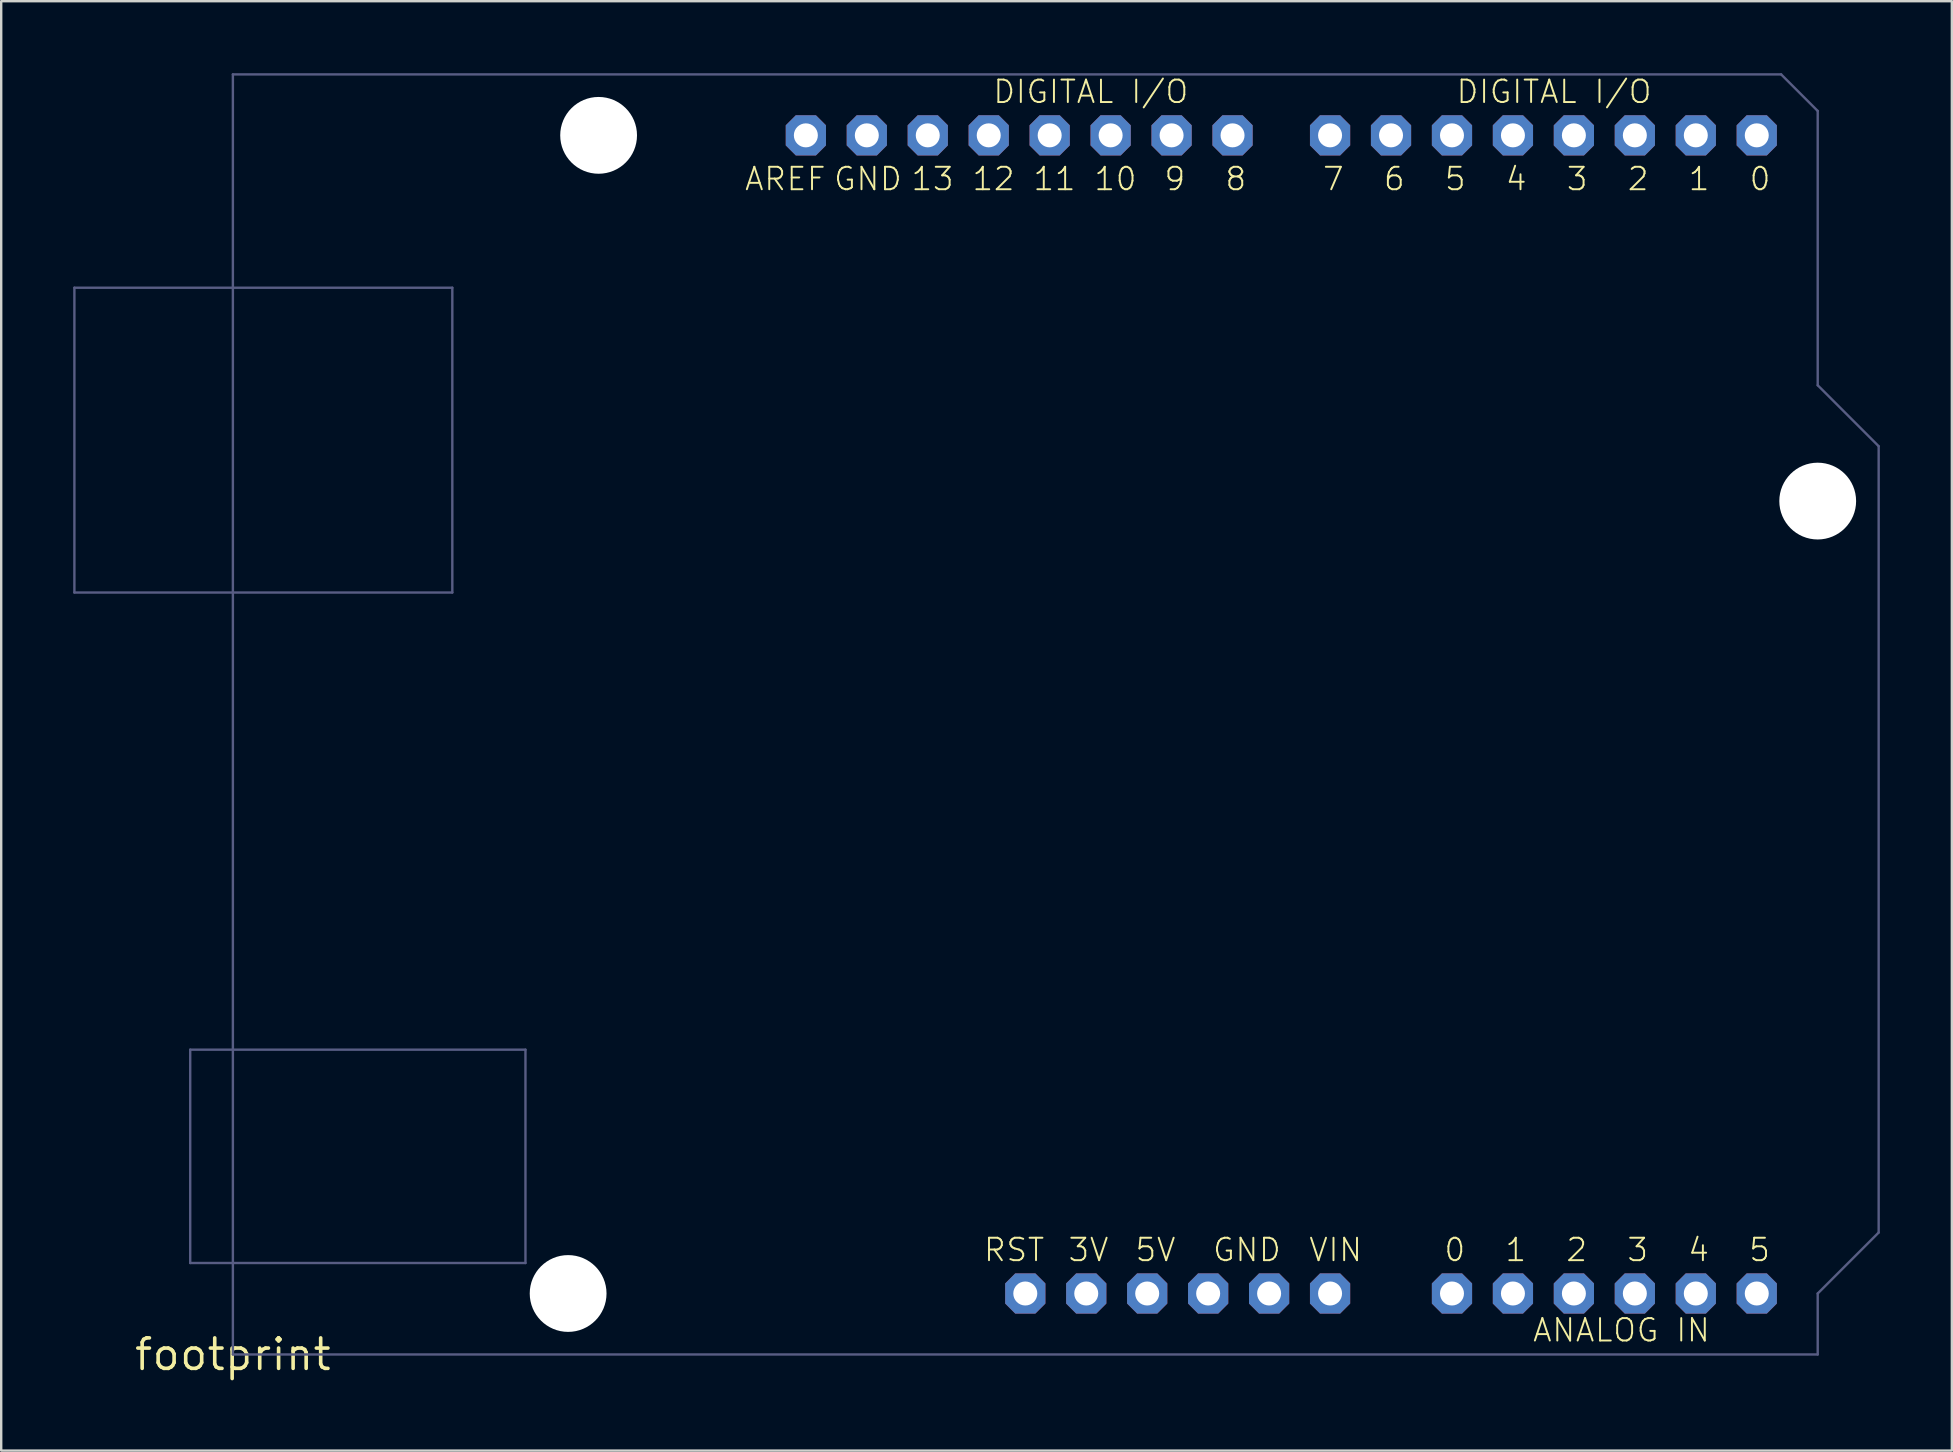
<source format=kicad_pcb>
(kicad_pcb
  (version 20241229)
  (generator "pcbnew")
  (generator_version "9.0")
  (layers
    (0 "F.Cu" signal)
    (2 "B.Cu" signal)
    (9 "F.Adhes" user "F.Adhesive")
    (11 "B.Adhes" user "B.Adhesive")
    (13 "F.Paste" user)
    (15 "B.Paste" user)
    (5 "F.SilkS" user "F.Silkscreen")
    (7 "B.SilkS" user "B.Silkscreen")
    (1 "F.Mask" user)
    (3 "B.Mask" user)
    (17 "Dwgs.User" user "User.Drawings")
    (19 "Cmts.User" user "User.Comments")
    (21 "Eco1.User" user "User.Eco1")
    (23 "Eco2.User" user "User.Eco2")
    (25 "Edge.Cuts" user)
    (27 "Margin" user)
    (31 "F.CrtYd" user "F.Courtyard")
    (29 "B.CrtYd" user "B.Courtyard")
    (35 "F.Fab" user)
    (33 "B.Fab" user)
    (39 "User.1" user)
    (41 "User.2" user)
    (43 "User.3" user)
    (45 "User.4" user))
  (footprint "footprint"
    (layer "F.Cu")
    (at 6.654 53.39)
    (property "Reference" "footprint" (at 0 0 0) (layer "F.SilkS") (effects (font (size 1.27 1.27) (thickness 0.15))))
    (fp_line (start -6.604 -44.45) (end -6.604 -31.75) (stroke (width 0.1) (type solid)) (layer "B.Fab"))
    (fp_line (start -6.604 -31.75) (end 9.144 -31.75) (stroke (width 0.1) (type solid)) (layer "B.Fab"))
    (fp_line (start -1.778 -12.7) (end -1.778 -3.81) (stroke (width 0.1) (type solid)) (layer "B.Fab"))
    (fp_line (start -1.778 -3.81) (end 12.192 -3.81) (stroke (width 0.1) (type solid)) (layer "B.Fab"))
    (fp_line (start 0 -53.34) (end 0 0) (stroke (width 0.1) (type solid)) (layer "B.Fab"))
    (fp_line (start 0 0) (end 66.04 0) (stroke (width 0.1) (type solid)) (layer "B.Fab"))
    (fp_line (start 9.144 -44.45) (end -6.604 -44.45) (stroke (width 0.1) (type solid)) (layer "B.Fab"))
    (fp_line (start 9.144 -31.75) (end 9.144 -44.45) (stroke (width 0.1) (type solid)) (layer "B.Fab"))
    (fp_line (start 12.192 -12.7) (end -1.778 -12.7) (stroke (width 0.1) (type solid)) (layer "B.Fab"))
    (fp_line (start 12.192 -3.81) (end 12.192 -12.7) (stroke (width 0.1) (type solid)) (layer "B.Fab"))
    (fp_line (start 64.516 -53.34) (end 0 -53.34) (stroke (width 0.1) (type solid)) (layer "B.Fab"))
    (fp_line (start 66.04 -51.816) (end 64.516 -53.34) (stroke (width 0.1) (type solid)) (layer "B.Fab"))
    (fp_line (start 66.04 -40.386) (end 66.04 -51.816) (stroke (width 0.1) (type solid)) (layer "B.Fab"))
    (fp_line (start 66.04 -2.54) (end 68.58 -5.08) (stroke (width 0.1) (type solid)) (layer "B.Fab"))
    (fp_line (start 66.04 0) (end 66.04 -2.54) (stroke (width 0.1) (type solid)) (layer "B.Fab"))
    (fp_line (start 68.58 -37.846) (end 66.04 -40.386) (stroke (width 0.1) (type solid)) (layer "B.Fab"))
    (fp_line (start 68.58 -5.08) (end 68.58 -37.846) (stroke (width 0.1) (type solid)) (layer "B.Fab"))
    (fp_text user "VIN" (at 44.785 -3.81 0) (layer "F.SilkS") (effects (font (size 0.935 0.935) (thickness 0.081)) (justify left bottom)))
    (fp_text user "12" (at 32.639 -49.53 0) (layer "F.SilkS") (effects (font (size 0.935 0.935) (thickness 0.081)) (justify right top)))
    (fp_text user "AREF" (at 24.765 -49.53 0) (layer "F.SilkS") (effects (font (size 0.935 0.935) (thickness 0.081)) (justify right top)))
    (fp_text user "ANALOG IN" (at 54.112 -0.462 0) (layer "F.SilkS") (effects (font (size 0.935 0.935) (thickness 0.081)) (justify left bottom)))
    (fp_text user "1" (at 52.959 -3.81 0) (layer "F.SilkS") (effects (font (size 0.935 0.935) (thickness 0.081)) (justify left bottom)))
    (fp_text user "DIGITAL I/O" (at 50.927 -52.07 0) (layer "F.SilkS") (effects (font (size 0.935 0.935) (thickness 0.081)) (justify left bottom)))
    (fp_text user "10" (at 37.719 -49.53 0) (layer "F.SilkS") (effects (font (size 0.935 0.935) (thickness 0.081)) (justify right top)))
    (fp_text user "3" (at 58.039 -3.81 0) (layer "F.SilkS") (effects (font (size 0.935 0.935) (thickness 0.081)) (justify left bottom)))
    (fp_text user "5" (at 51.435 -49.53 0) (layer "F.SilkS") (effects (font (size 0.935 0.935) (thickness 0.081)) (justify right top)))
    (fp_text user "1" (at 61.595 -49.53 0) (layer "F.SilkS") (effects (font (size 0.935 0.935) (thickness 0.081)) (justify right top)))
    (fp_text user "RST" (at 31.232 -3.81 0) (layer "F.SilkS") (effects (font (size 0.935 0.935) (thickness 0.081)) (justify left bottom)))
    (fp_text user "7" (at 46.355 -49.53 0) (layer "F.SilkS") (effects (font (size 0.935 0.935) (thickness 0.081)) (justify right top)))
    (fp_text user "GND" (at 40.777 -3.81 0) (layer "F.SilkS") (effects (font (size 0.935 0.935) (thickness 0.081)) (justify left bottom)))
    (fp_text user "5" (at 63.119 -3.81 0) (layer "F.SilkS") (effects (font (size 0.935 0.935) (thickness 0.081)) (justify left bottom)))
    (fp_text user "5V" (at 37.546 -3.81 0) (layer "F.SilkS") (effects (font (size 0.935 0.935) (thickness 0.081)) (justify left bottom)))
    (fp_text user "4" (at 53.975 -49.53 0) (layer "F.SilkS") (effects (font (size 0.935 0.935) (thickness 0.081)) (justify right top)))
    (fp_text user "11" (at 35.179 -49.53 0) (layer "F.SilkS") (effects (font (size 0.935 0.935) (thickness 0.081)) (justify right top)))
    (fp_text user "3" (at 56.515 -49.53 0) (layer "F.SilkS") (effects (font (size 0.935 0.935) (thickness 0.081)) (justify right top)))
    (fp_text user "13" (at 30.099 -49.53 0) (layer "F.SilkS") (effects (font (size 0.935 0.935) (thickness 0.081)) (justify right top)))
    (fp_text user "0" (at 50.419 -3.81 0) (layer "F.SilkS") (effects (font (size 0.935 0.935) (thickness 0.081)) (justify left bottom)))
    (fp_text user "3V" (at 34.752 -3.81 0) (layer "F.SilkS") (effects (font (size 0.935 0.935) (thickness 0.081)) (justify left bottom)))
    (fp_text user "0" (at 64.135 -49.53 0) (layer "F.SilkS") (effects (font (size 0.935 0.935) (thickness 0.081)) (justify right top)))
    (fp_text user "4" (at 60.579 -3.81 0) (layer "F.SilkS") (effects (font (size 0.935 0.935) (thickness 0.081)) (justify left bottom)))
    (fp_text user "GND" (at 27.94 -49.53 0) (layer "F.SilkS") (effects (font (size 0.935 0.935) (thickness 0.081)) (justify right top)))
    (fp_text user "2" (at 59.055 -49.53 0) (layer "F.SilkS") (effects (font (size 0.935 0.935) (thickness 0.081)) (justify right top)))
    (fp_text user "9" (at 39.751 -49.53 0) (layer "F.SilkS") (effects (font (size 0.935 0.935) (thickness 0.081)) (justify right top)))
    (fp_text user "DIGITAL I/O" (at 31.623 -52.07 0) (layer "F.SilkS") (effects (font (size 0.935 0.935) (thickness 0.081)) (justify left bottom)))
    (fp_text user "2" (at 55.499 -3.81 0) (layer "F.SilkS") (effects (font (size 0.935 0.935) (thickness 0.081)) (justify left bottom)))
    (fp_text user "8" (at 42.291 -49.53 0) (layer "F.SilkS") (effects (font (size 0.935 0.935) (thickness 0.081)) (justify right top)))
    (fp_text user "6" (at 48.895 -49.53 0) (layer "F.SilkS") (effects (font (size 0.935 0.935) (thickness 0.081)) (justify right top)))
    (pad "" np_thru_hole circle (at 13.97 -2.54) (size 3.2 3.2) (drill 3.2) (layers "*.Cu" "*.Mask"))
    (pad "" np_thru_hole circle (at 15.24 -50.8) (size 3.2 3.2) (drill 3.2) (layers "*.Cu" "*.Mask"))
    (pad "" np_thru_hole circle (at 66.04 -35.56) (size 3.2 3.2) (drill 3.2) (layers "*.Cu" "*.Mask"))
    (pad "3V" thru_hole roundrect (at 35.56 -2.54) (size 1.676 1.676) (drill 1) (layers "*.Cu" "*.Mask") (roundrect_rratio 0.25) (chamfer_ratio 0.25) (chamfer top_left top_right bottom_left bottom_right))
    (pad "5V" thru_hole roundrect (at 38.1 -2.54) (size 1.676 1.676) (drill 1) (layers "*.Cu" "*.Mask") (roundrect_rratio 0.25) (chamfer_ratio 0.25) (chamfer top_left top_right bottom_left bottom_right))
    (pad "A0" thru_hole roundrect (at 50.8 -2.54) (size 1.676 1.676) (drill 1) (layers "*.Cu" "*.Mask") (roundrect_rratio 0.25) (chamfer_ratio 0.25) (chamfer top_left top_right bottom_left bottom_right))
    (pad "A1" thru_hole roundrect (at 53.34 -2.54) (size 1.676 1.676) (drill 1) (layers "*.Cu" "*.Mask") (roundrect_rratio 0.25) (chamfer_ratio 0.25) (chamfer top_left top_right bottom_left bottom_right))
    (pad "A2" thru_hole roundrect (at 55.88 -2.54) (size 1.676 1.676) (drill 1) (layers "*.Cu" "*.Mask") (roundrect_rratio 0.25) (chamfer_ratio 0.25) (chamfer top_left top_right bottom_left bottom_right))
    (pad "A3" thru_hole roundrect (at 58.42 -2.54) (size 1.676 1.676) (drill 1) (layers "*.Cu" "*.Mask") (roundrect_rratio 0.25) (chamfer_ratio 0.25) (chamfer top_left top_right bottom_left bottom_right))
    (pad "A4" thru_hole roundrect (at 60.96 -2.54) (size 1.676 1.676) (drill 1) (layers "*.Cu" "*.Mask") (roundrect_rratio 0.25) (chamfer_ratio 0.25) (chamfer top_left top_right bottom_left bottom_right))
    (pad "A5" thru_hole roundrect (at 63.5 -2.54) (size 1.676 1.676) (drill 1) (layers "*.Cu" "*.Mask") (roundrect_rratio 0.25) (chamfer_ratio 0.25) (chamfer top_left top_right bottom_left bottom_right))
    (pad "AREF" thru_hole roundrect (at 23.876 -50.8) (size 1.676 1.676) (drill 1) (layers "*.Cu" "*.Mask") (roundrect_rratio 0.25) (chamfer_ratio 0.25) (chamfer top_left top_right bottom_left bottom_right))
    (pad "D0" thru_hole roundrect (at 63.5 -50.8) (size 1.676 1.676) (drill 1) (layers "*.Cu" "*.Mask") (roundrect_rratio 0.25) (chamfer_ratio 0.25) (chamfer top_left top_right bottom_left bottom_right))
    (pad "D1" thru_hole roundrect (at 60.96 -50.8) (size 1.676 1.676) (drill 1) (layers "*.Cu" "*.Mask") (roundrect_rratio 0.25) (chamfer_ratio 0.25) (chamfer top_left top_right bottom_left bottom_right))
    (pad "D2" thru_hole roundrect (at 58.42 -50.8) (size 1.676 1.676) (drill 1) (layers "*.Cu" "*.Mask") (roundrect_rratio 0.25) (chamfer_ratio 0.25) (chamfer top_left top_right bottom_left bottom_right))
    (pad "D3" thru_hole roundrect (at 55.88 -50.8) (size 1.676 1.676) (drill 1) (layers "*.Cu" "*.Mask") (roundrect_rratio 0.25) (chamfer_ratio 0.25) (chamfer top_left top_right bottom_left bottom_right))
    (pad "D4" thru_hole roundrect (at 53.34 -50.8) (size 1.676 1.676) (drill 1) (layers "*.Cu" "*.Mask") (roundrect_rratio 0.25) (chamfer_ratio 0.25) (chamfer top_left top_right bottom_left bottom_right))
    (pad "D5" thru_hole roundrect (at 50.8 -50.8) (size 1.676 1.676) (drill 1) (layers "*.Cu" "*.Mask") (roundrect_rratio 0.25) (chamfer_ratio 0.25) (chamfer top_left top_right bottom_left bottom_right))
    (pad "D6" thru_hole roundrect (at 48.26 -50.8) (size 1.676 1.676) (drill 1) (layers "*.Cu" "*.Mask") (roundrect_rratio 0.25) (chamfer_ratio 0.25) (chamfer top_left top_right bottom_left bottom_right))
    (pad "D7" thru_hole roundrect (at 45.72 -50.8) (size 1.676 1.676) (drill 1) (layers "*.Cu" "*.Mask") (roundrect_rratio 0.25) (chamfer_ratio 0.25) (chamfer top_left top_right bottom_left bottom_right))
    (pad "D8" thru_hole roundrect (at 41.656 -50.8) (size 1.676 1.676) (drill 1) (layers "*.Cu" "*.Mask") (roundrect_rratio 0.25) (chamfer_ratio 0.25) (chamfer top_left top_right bottom_left bottom_right))
    (pad "D9" thru_hole roundrect (at 39.116 -50.8) (size 1.676 1.676) (drill 1) (layers "*.Cu" "*.Mask") (roundrect_rratio 0.25) (chamfer_ratio 0.25) (chamfer top_left top_right bottom_left bottom_right))
    (pad "D10" thru_hole roundrect (at 36.576 -50.8) (size 1.676 1.676) (drill 1) (layers "*.Cu" "*.Mask") (roundrect_rratio 0.25) (chamfer_ratio 0.25) (chamfer top_left top_right bottom_left bottom_right))
    (pad "D11" thru_hole roundrect (at 34.036 -50.8) (size 1.676 1.676) (drill 1) (layers "*.Cu" "*.Mask") (roundrect_rratio 0.25) (chamfer_ratio 0.25) (chamfer top_left top_right bottom_left bottom_right))
    (pad "D12" thru_hole roundrect (at 31.496 -50.8) (size 1.676 1.676) (drill 1) (layers "*.Cu" "*.Mask") (roundrect_rratio 0.25) (chamfer_ratio 0.25) (chamfer top_left top_right bottom_left bottom_right))
    (pad "D13" thru_hole roundrect (at 28.956 -50.8) (size 1.676 1.676) (drill 1) (layers "*.Cu" "*.Mask") (roundrect_rratio 0.25) (chamfer_ratio 0.25) (chamfer top_left top_right bottom_left bottom_right))
    (pad "GND" thru_hole roundrect (at 26.416 -50.8) (size 1.676 1.676) (drill 1) (layers "*.Cu" "*.Mask") (roundrect_rratio 0.25) (chamfer_ratio 0.25) (chamfer top_left top_right bottom_left bottom_right))
    (pad "GND1" thru_hole roundrect (at 43.18 -2.54) (size 1.676 1.676) (drill 1) (layers "*.Cu" "*.Mask") (roundrect_rratio 0.25) (chamfer_ratio 0.25) (chamfer top_left top_right bottom_left bottom_right))
    (pad "GND2" thru_hole roundrect (at 40.64 -2.54) (size 1.676 1.676) (drill 1) (layers "*.Cu" "*.Mask") (roundrect_rratio 0.25) (chamfer_ratio 0.25) (chamfer top_left top_right bottom_left bottom_right))
    (pad "RESET" thru_hole roundrect (at 33.02 -2.54) (size 1.676 1.676) (drill 1) (layers "*.Cu" "*.Mask") (roundrect_rratio 0.25) (chamfer_ratio 0.25) (chamfer top_left top_right bottom_left bottom_right))
    (pad "VIN" thru_hole roundrect (at 45.72 -2.54) (size 1.676 1.676) (drill 1) (layers "*.Cu" "*.Mask") (roundrect_rratio 0.25) (chamfer_ratio 0.25) (chamfer top_left top_right bottom_left bottom_right)))
  (gr_rect
    (start -3 -3)
    (end 78.284 57.396)
    (stroke (width 0.1) (type default))
    (fill no)
    (layer "Edge.Cuts")))
</source>
